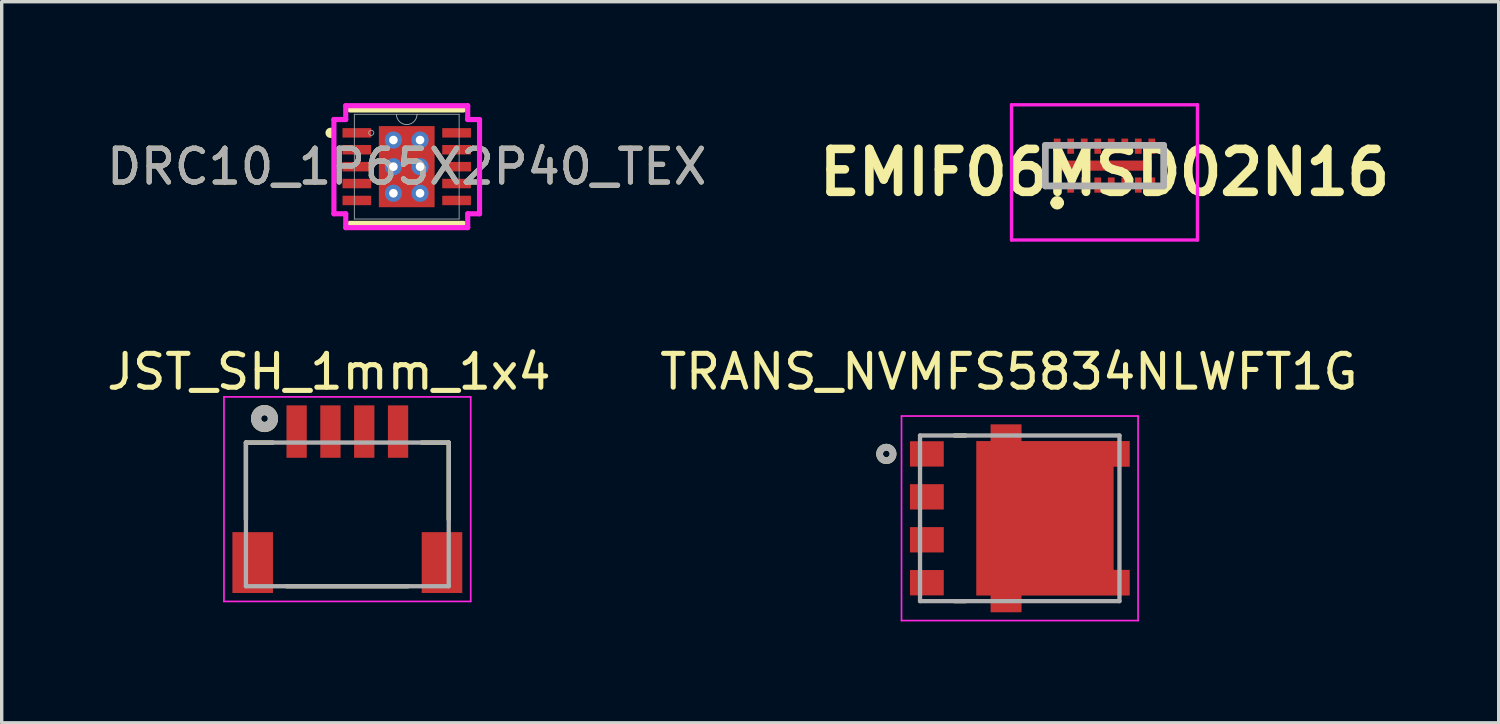
<source format=kicad_pcb>
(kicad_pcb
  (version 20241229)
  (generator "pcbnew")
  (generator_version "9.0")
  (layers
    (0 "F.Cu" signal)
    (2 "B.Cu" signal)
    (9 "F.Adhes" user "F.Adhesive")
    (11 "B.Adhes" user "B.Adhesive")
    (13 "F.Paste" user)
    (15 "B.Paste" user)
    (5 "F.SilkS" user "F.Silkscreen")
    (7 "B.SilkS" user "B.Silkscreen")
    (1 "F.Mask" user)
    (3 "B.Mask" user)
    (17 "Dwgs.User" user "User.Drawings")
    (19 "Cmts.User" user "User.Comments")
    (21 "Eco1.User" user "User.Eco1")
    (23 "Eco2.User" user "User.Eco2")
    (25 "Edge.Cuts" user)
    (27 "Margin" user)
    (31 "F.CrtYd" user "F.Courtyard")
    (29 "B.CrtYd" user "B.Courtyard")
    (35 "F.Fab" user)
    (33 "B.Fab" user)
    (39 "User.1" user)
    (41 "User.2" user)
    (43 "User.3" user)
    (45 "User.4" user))
  (footprint "EMIF06MSD02N16"
    (layer "F.Cu")
    (at 29.624 2.05)
    (property "Reference" "EMIF06MSD02N16" (at 0 0 0) (layer "F.SilkS") (effects (font (size 1.27 1.27) (thickness 0.254))))
    (attr smd)
    (fp_line (start -1.75 -0.8) (end -1.75 0.4) (stroke (width 0.1) (type solid)) (layer "F.SilkS"))
    (fp_line (start -1.5 0.9) (end -1.5 0.9) (stroke (width 0.2) (type solid)) (layer "F.SilkS"))
    (fp_line (start -1.3 0.9) (end -1.3 0.9) (stroke (width 0.2) (type solid)) (layer "F.SilkS"))
    (fp_line (start 1.75 -0.8) (end 1.75 0.4) (stroke (width 0.1) (type solid)) (layer "F.SilkS"))
    (fp_arc (start -1.5 0.9) (mid -1.4 0.8) (end -1.3 0.9) (stroke (width 0.2) (type solid)) (layer "F.SilkS"))
    (fp_arc (start -1.3 0.9) (mid -1.4 1) (end -1.5 0.9) (stroke (width 0.2) (type solid)) (layer "F.SilkS"))
    (fp_line (start -2.75 -2) (end 2.75 -2) (stroke (width 0.1) (type solid)) (layer "F.CrtYd"))
    (fp_line (start -2.75 2) (end -2.75 -2) (stroke (width 0.1) (type solid)) (layer "F.CrtYd"))
    (fp_line (start 2.75 -2) (end 2.75 2) (stroke (width 0.1) (type solid)) (layer "F.CrtYd"))
    (fp_line (start 2.75 2) (end -2.75 2) (stroke (width 0.1) (type solid)) (layer "F.CrtYd"))
    (fp_line (start -1.75 -0.8) (end 1.75 -0.8) (stroke (width 0.2) (type solid)) (layer "F.Fab"))
    (fp_line (start -1.75 0.4) (end -1.75 -0.8) (stroke (width 0.2) (type solid)) (layer "F.Fab"))
    (fp_line (start 1.75 -0.8) (end 1.75 0.4) (stroke (width 0.2) (type solid)) (layer "F.Fab"))
    (fp_line (start 1.75 0.4) (end -1.75 0.4) (stroke (width 0.2) (type solid)) (layer "F.Fab"))
    (pad "1" smd rect (at -1.4 0.375) (size 0.2 0.45) (layers "F.Cu" "F.Mask" "F.Paste"))
    (pad "2" smd rect (at -1 0.375) (size 0.2 0.45) (layers "F.Cu" "F.Mask" "F.Paste"))
    (pad "3" smd rect (at -0.6 0.375) (size 0.2 0.45) (layers "F.Cu" "F.Mask" "F.Paste"))
    (pad "4" smd rect (at -0.2 0.375) (size 0.2 0.45) (layers "F.Cu" "F.Mask" "F.Paste"))
    (pad "5" smd rect (at 0.2 0.375) (size 0.2 0.45) (layers "F.Cu" "F.Mask" "F.Paste"))
    (pad "6" smd rect (at 0.6 0.375) (size 0.2 0.45) (layers "F.Cu" "F.Mask" "F.Paste"))
    (pad "7" smd rect (at 1 0.375) (size 0.2 0.45) (layers "F.Cu" "F.Mask" "F.Paste"))
    (pad "8" smd rect (at 1.4 0.375) (size 0.2 0.45) (layers "F.Cu" "F.Mask" "F.Paste"))
    (pad "9" smd rect (at 1.4 -0.775) (size 0.2 0.45) (layers "F.Cu" "F.Mask" "F.Paste"))
    (pad "10" smd rect (at 1 -0.775) (size 0.2 0.45) (layers "F.Cu" "F.Mask" "F.Paste"))
    (pad "11" smd rect (at 0.6 -0.775) (size 0.2 0.45) (layers "F.Cu" "F.Mask" "F.Paste"))
    (pad "12" smd rect (at 0.2 -0.775) (size 0.2 0.45) (layers "F.Cu" "F.Mask" "F.Paste"))
    (pad "13" smd rect (at -0.2 -0.775) (size 0.2 0.45) (layers "F.Cu" "F.Mask" "F.Paste"))
    (pad "14" smd rect (at -0.6 -0.775) (size 0.2 0.45) (layers "F.Cu" "F.Mask" "F.Paste"))
    (pad "15" smd rect (at -1 -0.775) (size 0.2 0.45) (layers "F.Cu" "F.Mask" "F.Paste"))
    (pad "16" smd rect (at -1.4 -0.775) (size 0.2 0.45) (layers "F.Cu" "F.Mask" "F.Paste"))
    (pad "17" smd rect (at 0 -0.2 90) (size 0.3 2.8) (layers "F.Cu" "F.Mask" "F.Paste")))
  (footprint "TRANS_NVMFS5834NLWFT1G"
    (layer "F.Cu")
    (at 27.117 12.283)
    (property "Reference" "TRANS_NVMFS5834NLWFT1G" (at -0.323 -4.335 0) (layer "F.SilkS") (effects (font (size 1 1) (thickness 0.15))))
    (attr smd)
    (fp_poly (pts (xy -1.383 -2.38) (xy -1.383 2.38) (xy -0.958 2.38) (xy -0.958 2.875) (xy 0.147 2.875) (xy 0.147 2.38) (xy 3.348 2.38) (xy 3.348 1.43) (xy 2.873 1.43) (xy 2.873 -1.43) (xy 3.348 -1.43) (xy 3.348 -2.38) (xy 0.147 -2.38) (xy 0.147 -2.875) (xy -0.958 -2.875) (xy -0.958 -2.38)) (stroke (width 0.01) (type solid)) (fill yes) (layer "F.Mask"))
    (fp_line (start -1.603 -2.45) (end -1.927 -2.45) (stroke (width 0.127) (type solid)) (layer "F.SilkS"))
    (fp_line (start -1.603 2.45) (end -1.927 2.45) (stroke (width 0.127) (type solid)) (layer "F.SilkS"))
    (fp_circle (center -3.947 -1.905) (end -3.848 -1.905) (stroke (width 0.2) (type solid)) (fill no) (layer "F.SilkS"))
    (fp_poly (pts (xy -0.76 -1.755) (xy 0.48 -1.755) (xy 0.48 -0.265) (xy -0.76 -0.265)) (stroke (width 0.01) (type solid)) (fill yes) (layer "F.Paste"))
    (fp_poly (pts (xy -0.76 0.265) (xy 0.48 0.265) (xy 0.48 1.755) (xy -0.76 1.755)) (stroke (width 0.01) (type solid)) (fill yes) (layer "F.Paste"))
    (fp_poly (pts (xy -0.743 -2.667) (xy -0.068 -2.667) (xy -0.068 -2.402) (xy -0.743 -2.402)) (stroke (width 0.01) (type solid)) (fill yes) (layer "F.Paste"))
    (fp_poly (pts (xy -0.743 2.395) (xy -0.068 2.395) (xy -0.068 2.66) (xy -0.743 2.66)) (stroke (width 0.01) (type solid)) (fill yes) (layer "F.Paste"))
    (fp_poly (pts (xy 1.01 -1.755) (xy 2.25 -1.755) (xy 2.25 -0.265) (xy 1.01 -0.265)) (stroke (width 0.01) (type solid)) (fill yes) (layer "F.Paste"))
    (fp_poly (pts (xy 1.01 0.265) (xy 2.25 0.265) (xy 2.25 1.755) (xy 1.01 1.755)) (stroke (width 0.01) (type solid)) (fill yes) (layer "F.Paste"))
    (fp_poly (pts (xy 2.877 -2.175) (xy 3.143 -2.175) (xy 3.143 -1.635) (xy 2.877 -1.635)) (stroke (width 0.01) (type solid)) (fill yes) (layer "F.Paste"))
    (fp_poly (pts (xy 2.877 1.635) (xy 3.143 1.635) (xy 3.143 2.175) (xy 2.877 2.175)) (stroke (width 0.01) (type solid)) (fill yes) (layer "F.Paste"))
    (fp_line (start -3.498 -3.025) (end -3.498 3.025) (stroke (width 0.05) (type solid)) (layer "F.CrtYd"))
    (fp_line (start -3.498 3.025) (end 3.5 3.025) (stroke (width 0.05) (type solid)) (layer "F.CrtYd"))
    (fp_line (start 3.5 -3.025) (end -3.498 -3.025) (stroke (width 0.05) (type solid)) (layer "F.CrtYd"))
    (fp_line (start 3.5 3.025) (end 3.5 -3.025) (stroke (width 0.05) (type solid)) (layer "F.CrtYd"))
    (fp_line (start -2.95 -2.45) (end 2.95 -2.45) (stroke (width 0.127) (type solid)) (layer "F.Fab"))
    (fp_line (start -2.95 2.45) (end -2.95 -2.45) (stroke (width 0.127) (type solid)) (layer "F.Fab"))
    (fp_line (start 2.95 -2.45) (end 2.95 2.45) (stroke (width 0.127) (type solid)) (layer "F.Fab"))
    (fp_line (start 2.95 2.45) (end -2.95 2.45) (stroke (width 0.127) (type solid)) (layer "F.Fab"))
    (fp_circle (center -3.947 -1.905) (end -3.848 -1.905) (stroke (width 0.2) (type solid)) (fill no) (layer "F.Fab"))
    (pad "1" smd rect (at -2.748 -1.905) (size 1 0.75) (layers "F.Cu" "F.Mask" "F.Paste"))
    (pad "2" smd rect (at -2.748 -0.635) (size 1 0.75) (layers "F.Cu" "F.Mask" "F.Paste"))
    (pad "3" smd rect (at -2.748 0.635) (size 1 0.75) (layers "F.Cu" "F.Mask" "F.Paste"))
    (pad "4" smd rect (at -2.748 1.905) (size 1 0.75) (layers "F.Cu" "F.Mask" "F.Paste"))
    (pad "5_6" smd custom (at 0 0) (size 1 1) (layers "F.Cu") (options (anchor rect)) (primitives (gr_poly (pts (xy -1.282 -2.28) (xy -1.282 2.28) (xy -0.858 2.28) (xy -0.858 2.775) (xy 0.048 2.775) (xy 0.048 2.28) (xy 3.248 2.28) (xy 3.248 1.53) (xy 2.772 1.53) (xy 2.772 -1.53) (xy 3.248 -1.53) (xy 3.248 -2.28) (xy 0.048 -2.28) (xy 0.048 -2.775) (xy -0.858 -2.775) (xy -0.858 -2.28)) (width 0.01) (fill yes)))))
  (footprint "JST_SH_1mm_1x4"
    (layer "F.Cu")
    (at 7.225 9.717)
    (property "Reference" "JST_SH_1mm_1x4" (at -0.545 -1.768 0) (layer "F.SilkS") (effects (font (size 1.001 1.001) (thickness 0.15))))
    (attr smd)
    (fp_line (start -3 0.325) (end -3 2.6) (stroke (width 0.127) (type solid)) (layer "F.SilkS"))
    (fp_line (start -2.2 0.325) (end -3 0.325) (stroke (width 0.127) (type solid)) (layer "F.SilkS"))
    (fp_line (start -1.8 4.575) (end 1.8 4.575) (stroke (width 0.127) (type solid)) (layer "F.SilkS"))
    (fp_line (start 2.2 0.325) (end 3 0.325) (stroke (width 0.127) (type solid)) (layer "F.SilkS"))
    (fp_line (start 3 0.325) (end 3 2.6) (stroke (width 0.127) (type solid)) (layer "F.SilkS"))
    (fp_circle (center -2.45 -0.385) (end -2.35 -0.385) (stroke (width 0.3) (type solid)) (fill no) (layer "F.SilkS"))
    (fp_line (start -3.65 -1.025) (end 3.65 -1.025) (stroke (width 0.05) (type solid)) (layer "F.CrtYd"))
    (fp_line (start -3.65 5.025) (end -3.65 -1.025) (stroke (width 0.05) (type solid)) (layer "F.CrtYd"))
    (fp_line (start 3.65 -1.025) (end 3.65 5.025) (stroke (width 0.05) (type solid)) (layer "F.CrtYd"))
    (fp_line (start 3.65 5.025) (end -3.65 5.025) (stroke (width 0.05) (type solid)) (layer "F.CrtYd"))
    (fp_line (start -3 0.325) (end 3 0.325) (stroke (width 0.127) (type solid)) (layer "F.Fab"))
    (fp_line (start -3 4.575) (end -3 0.325) (stroke (width 0.127) (type solid)) (layer "F.Fab"))
    (fp_line (start 3 0.325) (end 3 4.575) (stroke (width 0.127) (type solid)) (layer "F.Fab"))
    (fp_line (start 3 4.575) (end -3 4.575) (stroke (width 0.127) (type solid)) (layer "F.Fab"))
    (fp_circle (center -2.45 -0.385) (end -2.35 -0.385) (stroke (width 0.3) (type solid)) (fill no) (layer "F.Fab"))
    (pad "1" smd rect (at -1.5 0) (size 0.6 1.55) (layers "F.Cu" "F.Mask" "F.Paste"))
    (pad "2" smd rect (at -0.5 0) (size 0.6 1.55) (layers "F.Cu" "F.Mask" "F.Paste"))
    (pad "3" smd rect (at 0.5 0) (size 0.6 1.55) (layers "F.Cu" "F.Mask" "F.Paste"))
    (pad "4" smd rect (at 1.5 0) (size 0.6 1.55) (layers "F.Cu" "F.Mask" "F.Paste"))
    (pad "S1" smd rect (at -2.8 3.875 180) (size 1.2 1.8) (layers "F.Cu" "F.Mask" "F.Paste"))
    (pad "S2" smd rect (at 2.8 3.875 180) (size 1.2 1.8) (layers "F.Cu" "F.Mask" "F.Paste")))
  (footprint "DRC10_1P65X2P40_TEX"
    (layer "F.Cu")
    (at 8.982 1.88)
    (property "Reference" "DRC10_1P65X2P40_TEX" (at 0 0 0) (unlocked yes) (layer "F.SilkS") (effects (font (size 1 1) (thickness 0.15))))
    (attr smd)
    (fp_poly (pts (xy -0.888 -1.264) (xy -0.594 -1.264) (xy -0.594 1.264) (xy -0.888 1.264)) (stroke (width 0) (type solid)) (fill yes) (layer "F.Mask"))
    (fp_poly (pts (xy -0.888 -1.264) (xy 0.888 -1.264) (xy 0.888 -0.987) (xy -0.888 -0.987)) (stroke (width 0) (type solid)) (fill yes) (layer "F.Mask"))
    (fp_poly (pts (xy -0.888 -0.587) (xy 0.888 -0.587) (xy 0.888 -0.2) (xy -0.888 -0.2)) (stroke (width 0) (type solid)) (fill yes) (layer "F.Mask"))
    (fp_poly (pts (xy -0.888 0.2) (xy 0.888 0.2) (xy 0.888 0.587) (xy -0.888 0.587)) (stroke (width 0) (type solid)) (fill yes) (layer "F.Mask"))
    (fp_poly (pts (xy -0.888 0.987) (xy 0.888 0.987) (xy 0.888 1.264) (xy -0.888 1.264)) (stroke (width 0) (type solid)) (fill yes) (layer "F.Mask"))
    (fp_poly (pts (xy 0.194 -1.264) (xy -0.194 -1.264) (xy -0.194 1.264) (xy 0.194 1.264)) (stroke (width 0) (type solid)) (fill yes) (layer "F.Mask"))
    (fp_poly (pts (xy 0.594 -1.264) (xy 0.888 -1.264) (xy 0.888 1.264) (xy 0.594 1.264)) (stroke (width 0) (type solid)) (fill yes) (layer "F.Mask"))
    (fp_line (start -1.677 1.677) (end 1.677 1.677) (stroke (width 0.152) (type solid)) (layer "F.SilkS"))
    (fp_line (start 1.677 -1.677) (end -1.677 -1.677) (stroke (width 0.152) (type solid)) (layer "F.SilkS"))
    (fp_arc (start -2.232741 -0.926171) (mid -2.3278 -1) (end -2.232741 -1.073829) (stroke (width 0.1524) (type solid)) (layer "F.SilkS"))
    (fp_poly (pts (xy -0.75 -1.125) (xy -0.75 -0.887) (xy -0.635 -0.887) (xy -0.494 -1.029) (xy -0.494 -1.125)) (stroke (width 0) (type solid)) (fill yes) (layer "F.Paste"))
    (fp_poly (pts (xy -0.75 0.887) (xy -0.75 1.125) (xy -0.494 1.125) (xy -0.494 1.029) (xy -0.635 0.887)) (stroke (width 0) (type solid)) (fill yes) (layer "F.Paste"))
    (fp_poly (pts (xy 0.494 -1.125) (xy 0.494 -1.029) (xy 0.635 -0.887) (xy 0.75 -0.887) (xy 0.75 -1.125)) (stroke (width 0) (type solid)) (fill yes) (layer "F.Paste"))
    (fp_poly (pts (xy 0.635 0.887) (xy 0.494 1.029) (xy 0.494 1.125) (xy 0.75 1.125) (xy 0.75 0.887)) (stroke (width 0) (type solid)) (fill yes) (layer "F.Paste"))
    (fp_poly (pts (xy -0.75 -0.687) (xy -0.75 -0.1) (xy -0.635 -0.1) (xy -0.494 -0.241) (xy -0.494 -0.546) (xy -0.635 -0.687)) (stroke (width 0) (type solid)) (fill yes) (layer "F.Paste"))
    (fp_poly (pts (xy -0.75 0.1) (xy -0.75 0.687) (xy -0.635 0.687) (xy -0.494 0.546) (xy -0.494 0.241) (xy -0.635 0.1)) (stroke (width 0) (type solid)) (fill yes) (layer "F.Paste"))
    (fp_poly (pts (xy -0.294 -1.125) (xy -0.294 -1.029) (xy -0.152 -0.887) (xy 0.152 -0.887) (xy 0.294 -1.029) (xy 0.294 -1.125)) (stroke (width 0) (type solid)) (fill yes) (layer "F.Paste"))
    (fp_poly (pts (xy -0.152 0.887) (xy -0.294 1.029) (xy -0.294 1.125) (xy 0.294 1.125) (xy 0.294 1.029) (xy 0.152 0.887)) (stroke (width 0) (type solid)) (fill yes) (layer "F.Paste"))
    (fp_poly (pts (xy 0.635 -0.687) (xy 0.494 -0.546) (xy 0.494 -0.241) (xy 0.635 -0.1) (xy 0.75 -0.1) (xy 0.75 -0.687)) (stroke (width 0) (type solid)) (fill yes) (layer "F.Paste"))
    (fp_poly (pts (xy 0.635 0.1) (xy 0.494 0.241) (xy 0.494 0.546) (xy 0.635 0.687) (xy 0.75 0.687) (xy 0.75 0.1)) (stroke (width 0) (type solid)) (fill yes) (layer "F.Paste"))
    (fp_poly (pts (xy -0.152 -0.687) (xy -0.294 -0.546) (xy -0.294 -0.241) (xy -0.152 -0.1) (xy 0.152 -0.1) (xy 0.294 -0.241) (xy 0.294 -0.546) (xy 0.152 -0.687)) (stroke (width 0) (type solid)) (fill yes) (layer "F.Paste"))
    (fp_poly (pts (xy -0.152 0.1) (xy -0.294 0.241) (xy -0.294 0.546) (xy -0.152 0.687) (xy 0.152 0.687) (xy 0.294 0.546) (xy 0.294 0.241) (xy 0.152 0.1)) (stroke (width 0) (type solid)) (fill yes) (layer "F.Paste"))
    (fp_line (start -2.154 -1.394) (end -1.804 -1.394) (stroke (width 0.152) (type solid)) (layer "F.CrtYd"))
    (fp_line (start -2.154 1.394) (end -2.154 -1.394) (stroke (width 0.152) (type solid)) (layer "F.CrtYd"))
    (fp_line (start -2.154 1.394) (end -1.804 1.394) (stroke (width 0.152) (type solid)) (layer "F.CrtYd"))
    (fp_line (start -1.804 -1.804) (end 1.804 -1.804) (stroke (width 0.152) (type solid)) (layer "F.CrtYd"))
    (fp_line (start -1.804 -1.394) (end -1.804 -1.804) (stroke (width 0.152) (type solid)) (layer "F.CrtYd"))
    (fp_line (start -1.804 1.804) (end -1.804 1.394) (stroke (width 0.152) (type solid)) (layer "F.CrtYd"))
    (fp_line (start 1.804 -1.804) (end 1.804 -1.394) (stroke (width 0.152) (type solid)) (layer "F.CrtYd"))
    (fp_line (start 1.804 1.394) (end 1.804 1.804) (stroke (width 0.152) (type solid)) (layer "F.CrtYd"))
    (fp_line (start 1.804 1.804) (end -1.804 1.804) (stroke (width 0.152) (type solid)) (layer "F.CrtYd"))
    (fp_line (start 2.154 -1.394) (end 1.804 -1.394) (stroke (width 0.152) (type solid)) (layer "F.CrtYd"))
    (fp_line (start 2.154 -1.394) (end 2.154 1.394) (stroke (width 0.152) (type solid)) (layer "F.CrtYd"))
    (fp_line (start 2.154 1.394) (end 1.804 1.394) (stroke (width 0.152) (type solid)) (layer "F.CrtYd"))
    (fp_line (start -1.55 -1.55) (end -1.55 1.55) (stroke (width 0.025) (type solid)) (layer "F.Fab"))
    (fp_line (start -1.55 1.55) (end 1.55 1.55) (stroke (width 0.025) (type solid)) (layer "F.Fab"))
    (fp_line (start 1.55 -1.55) (end -1.55 -1.55) (stroke (width 0.025) (type solid)) (layer "F.Fab"))
    (fp_line (start 1.55 1.55) (end 1.55 -1.55) (stroke (width 0.025) (type solid)) (layer "F.Fab"))
    (fp_arc (start 0.3048 -1.549999) (mid 0 -1.245199) (end -0.3048 -1.549999) (stroke (width 0.0254) (type solid)) (layer "F.Fab"))
    (fp_circle (center -1.05 -1) (end -0.974 -1) (stroke (width 0.025) (type solid)) (fill no) (layer "F.Fab"))
    (fp_text user "${REFERENCE}" (at 0 0 0) (unlocked yes) (layer "F.Fab") (effects (font (size 1 1) (thickness 0.15))))
    (pad "1" smd rect (at -1.475 -1) (size 0.85 0.28) (layers "F.Cu" "F.Mask" "F.Paste"))
    (pad "2" smd rect (at -1.475 -0.5) (size 0.85 0.28) (layers "F.Cu" "F.Mask" "F.Paste"))
    (pad "3" smd rect (at -1.475 0) (size 0.85 0.28) (layers "F.Cu" "F.Mask" "F.Paste"))
    (pad "4" smd rect (at -1.475 0.5) (size 0.85 0.28) (layers "F.Cu" "F.Mask" "F.Paste"))
    (pad "5" smd rect (at -1.475 1) (size 0.85 0.28) (layers "F.Cu" "F.Mask" "F.Paste"))
    (pad "6" smd rect (at 1.475 1) (size 0.85 0.28) (layers "F.Cu" "F.Mask" "F.Paste"))
    (pad "7" smd rect (at 1.475 0.5) (size 0.85 0.28) (layers "F.Cu" "F.Mask" "F.Paste"))
    (pad "8" smd rect (at 1.475 0) (size 0.85 0.28) (layers "F.Cu" "F.Mask" "F.Paste"))
    (pad "9" smd rect (at 1.475 -0.5) (size 0.85 0.28) (layers "F.Cu" "F.Mask" "F.Paste"))
    (pad "10" smd rect (at 1.475 -1) (size 0.85 0.28) (layers "F.Cu" "F.Mask" "F.Paste"))
    (pad "11" smd rect (at 0 0) (size 1.65 2.4) (layers "F.Cu"))
    (pad "V" thru_hole circle (at -0.394 -0.787) (size 0.508 0.508) (drill 0.254) (layers "*.Cu" "*.Mask"))
    (pad "V" thru_hole circle (at -0.394 0) (size 0.508 0.508) (drill 0.254) (layers "*.Cu" "*.Mask"))
    (pad "V" thru_hole circle (at -0.394 0.787) (size 0.508 0.508) (drill 0.254) (layers "*.Cu" "*.Mask"))
    (pad "V" thru_hole circle (at 0.394 -0.787) (size 0.508 0.508) (drill 0.254) (layers "*.Cu" "*.Mask"))
    (pad "V" thru_hole circle (at 0.394 0) (size 0.508 0.508) (drill 0.254) (layers "*.Cu" "*.Mask"))
    (pad "V" thru_hole circle (at 0.394 0.787) (size 0.508 0.508) (drill 0.254) (layers "*.Cu" "*.Mask")))
  (gr_rect
    (start -3 -3)
    (end 41.285 18.333)
    (stroke (width 0.1) (type default))
    (fill no)
    (layer "Edge.Cuts")))
</source>
